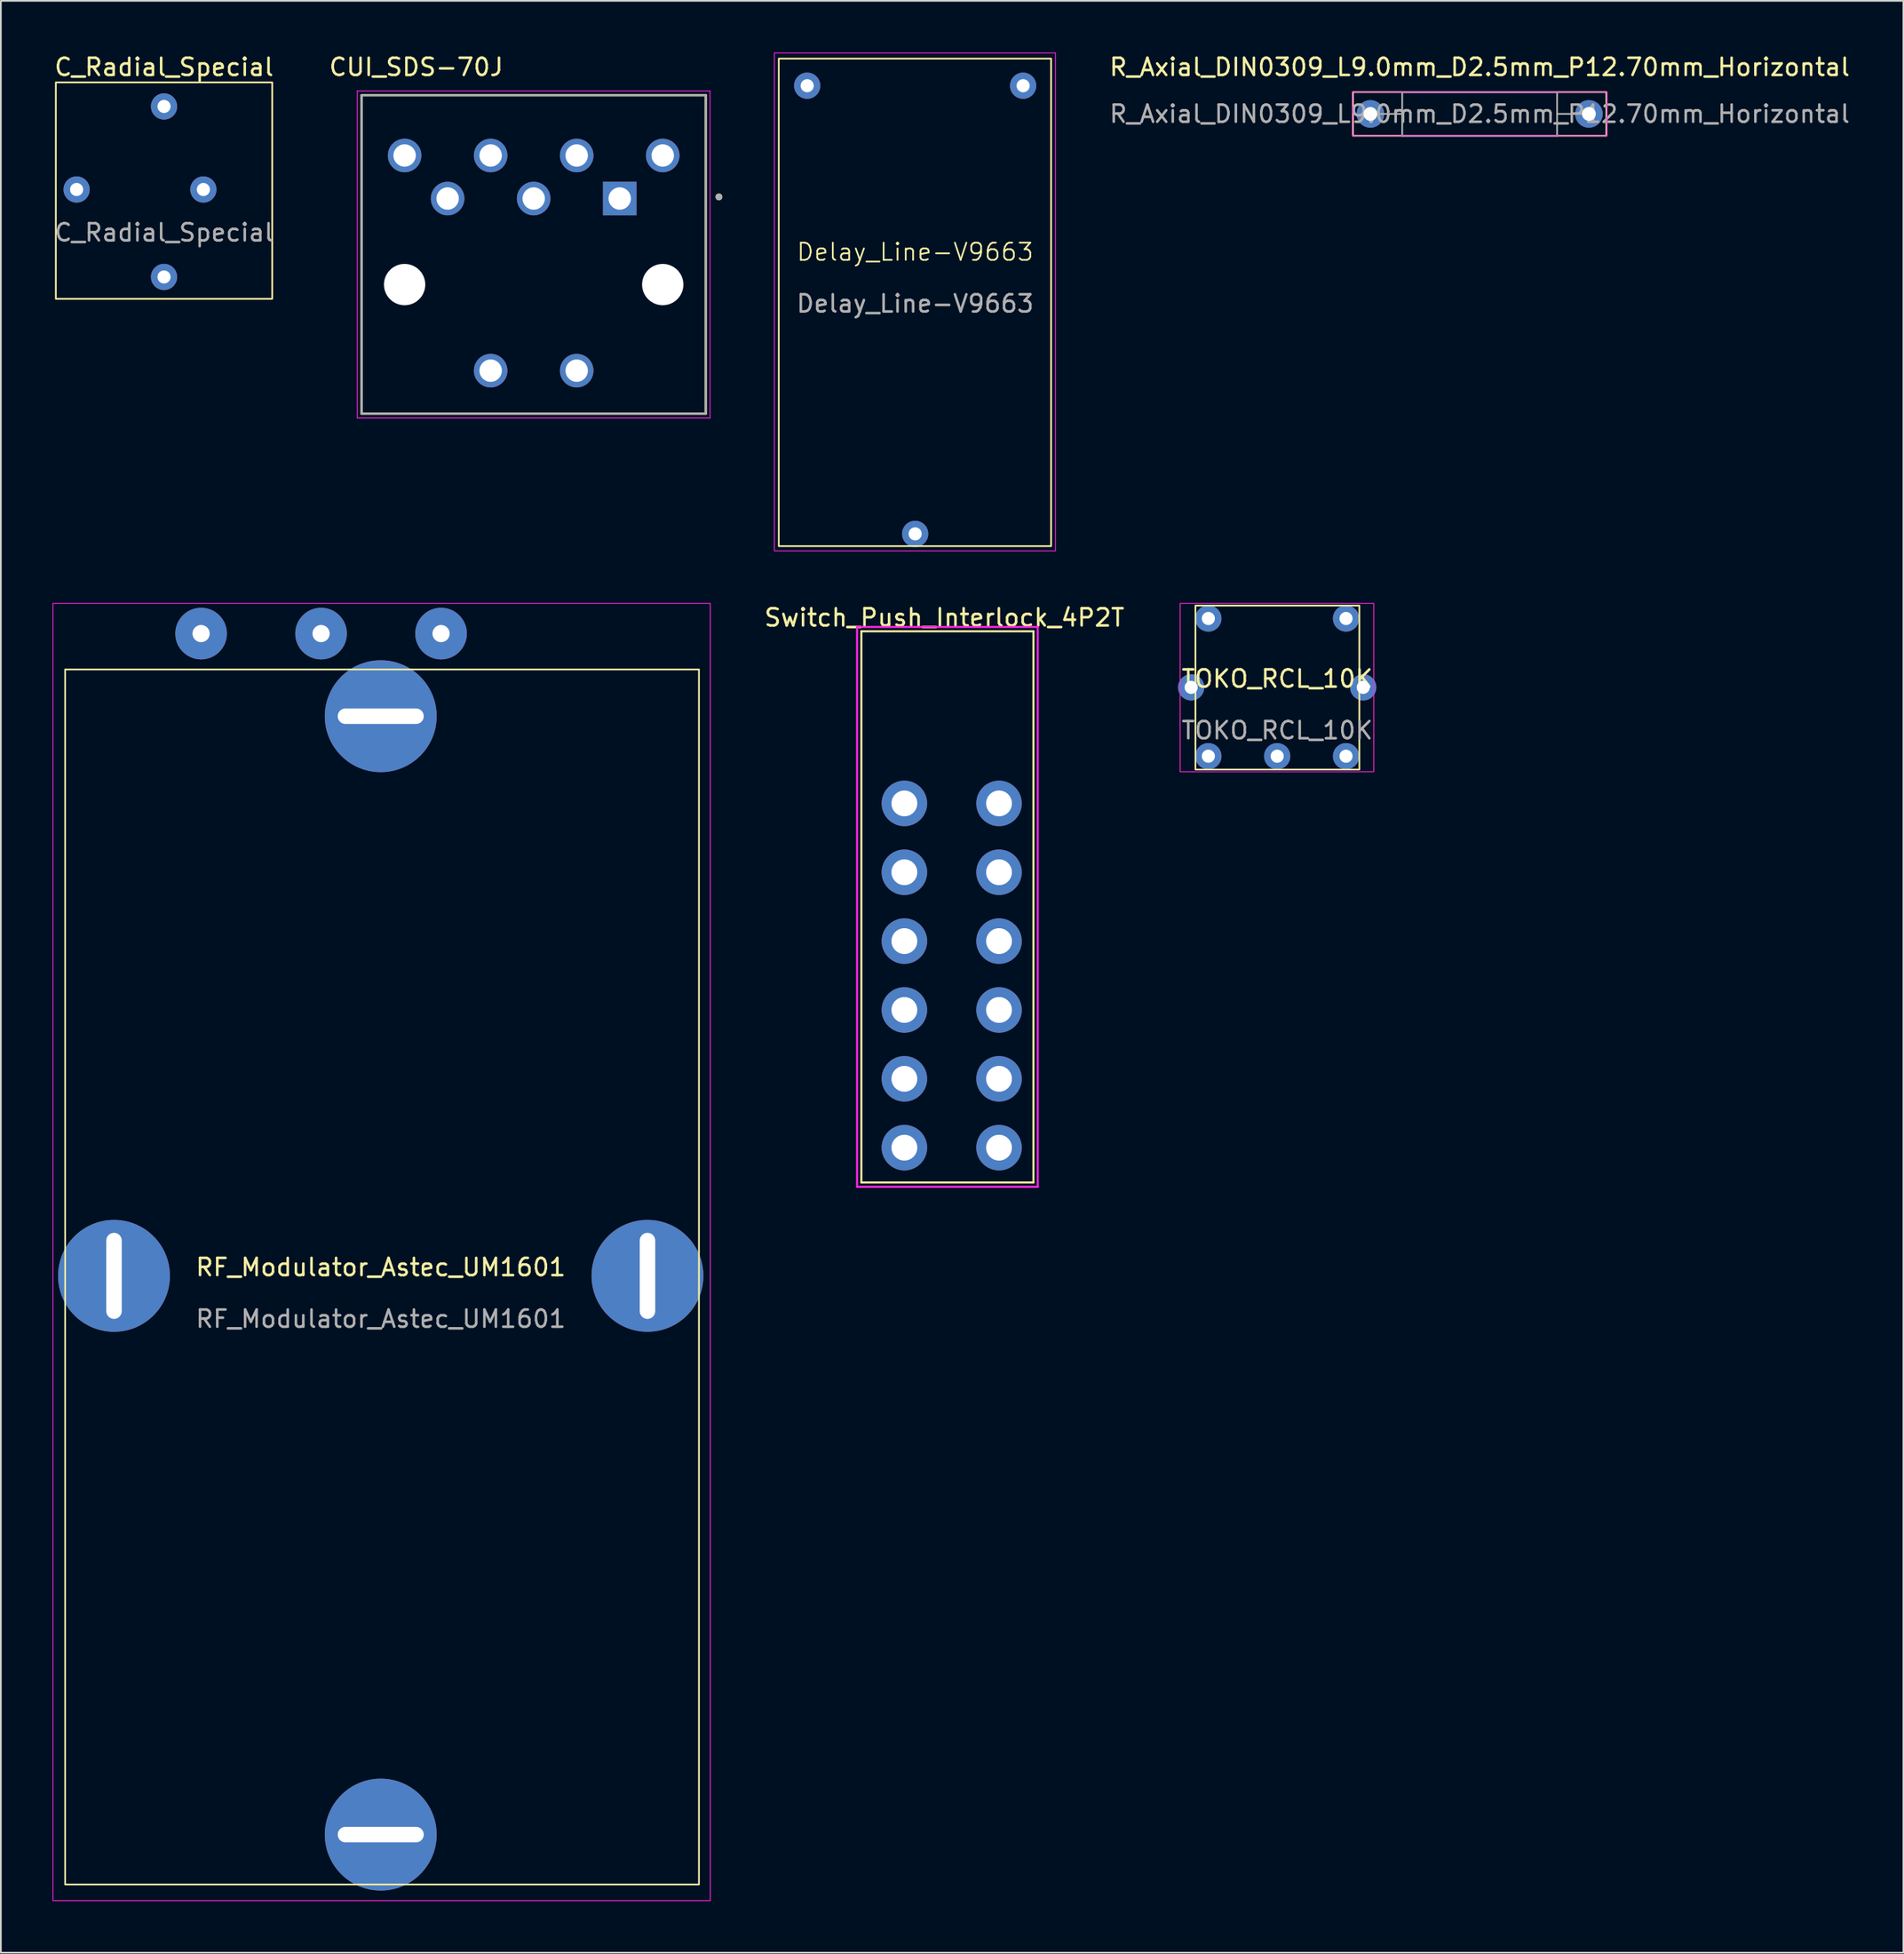
<source format=kicad_pcb>
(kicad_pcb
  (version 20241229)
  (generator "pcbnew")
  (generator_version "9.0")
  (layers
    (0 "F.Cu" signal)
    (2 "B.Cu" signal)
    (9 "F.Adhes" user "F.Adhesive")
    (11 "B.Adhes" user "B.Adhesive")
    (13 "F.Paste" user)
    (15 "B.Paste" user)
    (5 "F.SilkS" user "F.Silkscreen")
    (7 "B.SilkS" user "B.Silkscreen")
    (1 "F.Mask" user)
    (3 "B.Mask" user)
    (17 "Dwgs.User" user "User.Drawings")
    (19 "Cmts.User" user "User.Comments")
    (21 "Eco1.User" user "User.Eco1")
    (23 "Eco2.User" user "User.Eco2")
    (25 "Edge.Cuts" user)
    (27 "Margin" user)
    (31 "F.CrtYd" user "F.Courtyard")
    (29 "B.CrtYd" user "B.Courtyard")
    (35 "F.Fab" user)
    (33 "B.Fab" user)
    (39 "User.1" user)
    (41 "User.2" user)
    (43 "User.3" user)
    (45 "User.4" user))
  (footprint "RF_Modulator_Astec_UM1601"
    (layer "F.Cu")
    (at 19.075 71.071)
    (property "Reference" "RF_Modulator_Astec_UM1601" (at 0 -0.5 0) (unlocked yes) (layer "F.SilkS") (effects (font (size 1 1) (thickness 0.15))))
    (attr through_hole)
    (fp_rect (start -18.339 -35.23) (end 18.491 35.357) (stroke (width 0.1) (type default)) (fill no) (layer "F.SilkS"))
    (fp_rect (start -19.05 -39.065) (end 19.152 36.297) (stroke (width 0.05) (type default)) (fill no) (layer "F.CrtYd"))
    (fp_text user "${REFERENCE}" (at 0 2.5 0) (unlocked yes) (layer "F.Fab") (effects (font (size 1 1) (thickness 0.15))))
    (pad "1" thru_hole circle (at -10.439 -37.313 90) (size 3 3) (drill 1) (layers "*.Cu" "*.Mask"))
    (pad "2" thru_hole circle (at 3.505 -37.313 90) (size 3 3) (drill 1) (layers "*.Cu" "*.Mask"))
    (pad "3" thru_hole circle (at -3.467 -37.313 90) (size 3 3) (drill 1) (layers "*.Cu" "*.Mask"))
    (pad "4" thru_hole circle (at -15.5 0 90) (size 6.5 6.5) (drill oval 5 0.9) (layers "*.Cu" "*.Mask"))
    (pad "4" thru_hole circle (at 0 -32.512 180) (size 6.5 6.5) (drill oval 5 0.9) (layers "*.Cu" "*.Mask"))
    (pad "4" thru_hole circle (at 0 32.461 180) (size 6.5 6.5) (drill oval 5 0.9) (layers "*.Cu" "*.Mask"))
    (pad "4" thru_hole circle (at 15.5 0 90) (size 6.5 6.5) (drill oval 5 0.9) (layers "*.Cu" "*.Mask")))
  (footprint "Switch_Push_Interlock_4P2T"
    (layer "F.Cu")
    (at 55.004 43.624)
    (property "Reference" "Switch_Push_Interlock_4P2T" (at -3.175 -10.795 0) (layer "F.SilkS") (effects (font (size 1 1) (thickness 0.15))))
    (attr through_hole)
    (fp_line (start -8 -10) (end -8 22.022) (stroke (width 0.12) (type solid)) (layer "F.SilkS"))
    (fp_line (start -8 -10) (end 2 -10) (stroke (width 0.12) (type solid)) (layer "F.SilkS"))
    (fp_line (start -8 22.022) (end 2 22.022) (stroke (width 0.12) (type solid)) (layer "F.SilkS"))
    (fp_line (start 2 -10) (end 2 22.022) (stroke (width 0.12) (type solid)) (layer "F.SilkS"))
    (fp_line (start -8.25 -10.25) (end 2.25 -10.25) (stroke (width 0.12) (type solid)) (layer "F.CrtYd"))
    (fp_line (start -8.25 22.276) (end -8.25 -10.25) (stroke (width 0.12) (type solid)) (layer "F.CrtYd"))
    (fp_line (start 2.25 -10.25) (end 2.25 22.276) (stroke (width 0.12) (type solid)) (layer "F.CrtYd"))
    (fp_line (start 2.25 22.276) (end -8.25 22.276) (stroke (width 0.12) (type solid)) (layer "F.CrtYd"))
    (pad "1" thru_hole circle (at 0 0) (size 2.643 2.643) (drill 1.5) (layers "*.Cu" "*.Mask"))
    (pad "2" thru_hole circle (at 0 4) (size 2.643 2.643) (drill 1.5) (layers "*.Cu" "*.Mask"))
    (pad "3" thru_hole circle (at 0 8) (size 2.643 2.643) (drill 1.5) (layers "*.Cu" "*.Mask"))
    (pad "4" thru_hole circle (at 0 12) (size 2.643 2.643) (drill 1.5) (layers "*.Cu" "*.Mask"))
    (pad "5" thru_hole circle (at 0 16) (size 2.643 2.643) (drill 1.5) (layers "*.Cu" "*.Mask"))
    (pad "6" thru_hole circle (at 0 20) (size 2.643 2.643) (drill 1.5) (layers "*.Cu" "*.Mask"))
    (pad "7" thru_hole circle (at -5.5 20) (size 2.643 2.643) (drill 1.5) (layers "*.Cu" "*.Mask"))
    (pad "8" thru_hole circle (at -5.5 16) (size 2.643 2.643) (drill 1.5) (layers "*.Cu" "*.Mask"))
    (pad "9" thru_hole circle (at -5.5 12) (size 2.643 2.643) (drill 1.5) (layers "*.Cu" "*.Mask"))
    (pad "10" thru_hole circle (at -5.5 8) (size 2.643 2.643) (drill 1.5) (layers "*.Cu" "*.Mask"))
    (pad "11" thru_hole circle (at -5.5 4) (size 2.643 2.643) (drill 1.5) (layers "*.Cu" "*.Mask"))
    (pad "12" thru_hole circle (at -5.5 0) (size 2.643 2.643) (drill 1.5) (layers "*.Cu" "*.Mask")))
  (footprint "R_Axial_DIN0309_L9.0mm_D2.5mm_P12.70mm_Horizontal"
    (layer "F.Cu")
    (at 76.583 3.568)
    (property "Reference" "R_Axial_DIN0309_L9.0mm_D2.5mm_P12.70mm_Horizontal" (at 6.35 -2.72 0) (layer "F.SilkS") (effects (font (size 1 1) (thickness 0.15))))
    (attr through_hole)
    (fp_rect (start -1.016 -1.27) (end 13.716 1.27) (stroke (width 0.1) (type default)) (fill no) (layer "F.SilkS"))
    (fp_line (start -1.05 -1.27) (end -1.05 1.27) (stroke (width 0.05) (type solid)) (layer "F.CrtYd"))
    (fp_line (start -1.05 1.27) (end 13.75 1.27) (stroke (width 0.05) (type solid)) (layer "F.CrtYd"))
    (fp_line (start 13.75 -1.27) (end -1.05 -1.27) (stroke (width 0.05) (type solid)) (layer "F.CrtYd"))
    (fp_line (start 13.75 1.27) (end 13.75 -1.27) (stroke (width 0.05) (type solid)) (layer "F.CrtYd"))
    (fp_line (start 0 0) (end 1.85 0) (stroke (width 0.1) (type solid)) (layer "F.Fab"))
    (fp_line (start 1.85 -1.27) (end 1.85 1.27) (stroke (width 0.1) (type solid)) (layer "F.Fab"))
    (fp_line (start 1.85 1.27) (end 10.85 1.27) (stroke (width 0.1) (type solid)) (layer "F.Fab"))
    (fp_line (start 10.85 -1.27) (end 1.85 -1.27) (stroke (width 0.1) (type solid)) (layer "F.Fab"))
    (fp_line (start 10.85 1.27) (end 10.85 -1.27) (stroke (width 0.1) (type solid)) (layer "F.Fab"))
    (fp_line (start 12.7 0) (end 10.85 0) (stroke (width 0.1) (type solid)) (layer "F.Fab"))
    (fp_text user "${REFERENCE}" (at 6.35 0 0) (layer "F.Fab") (effects (font (size 1 1) (thickness 0.15))))
    (pad "1" thru_hole circle (at 0 0) (size 1.6 1.6) (drill 0.8) (layers "*.Cu" "*.Mask"))
    (pad "2" thru_hole oval (at 12.7 0) (size 1.6 1.6) (drill 0.8) (layers "*.Cu" "*.Mask")))
  (footprint "C_Radial_Special"
    (layer "F.Cu")
    (at 6.482 7.96)
    (property "Reference" "C_Radial_Special" (at 0 -7.112 0) (unlocked yes) (layer "F.SilkS") (effects (font (size 1 1) (thickness 0.15))))
    (attr through_hole)
    (fp_rect (start -6.287 -6.223) (end 6.287 6.35) (stroke (width 0.1) (type default)) (fill no) (layer "F.SilkS"))
    (fp_text user "${REFERENCE}" (at 0 2.5 0) (unlocked yes) (layer "F.Fab") (effects (font (size 1 1) (thickness 0.15))))
    (pad "1" thru_hole circle (at 0 -4.826) (size 1.524 1.524) (drill 0.762) (layers "*.Cu" "*.Mask"))
    (pad "1" thru_hole circle (at 0 5.08) (size 1.524 1.524) (drill 0.762) (layers "*.Cu" "*.Mask"))
    (pad "2" thru_hole circle (at -5.08 0) (size 1.524 1.524) (drill 0.762) (layers "*.Cu" "*.Mask"))
    (pad "2" thru_hole circle (at 2.286 0) (size 1.524 1.524) (drill 0.762) (layers "*.Cu" "*.Mask")))
  (footprint "CUI_SDS-70J"
    (layer "F.Cu")
    (at 27.962 13.483)
    (property "Reference" "CUI_SDS-70J" (at -6.825 -12.635 0) (layer "F.SilkS") (effects (font (size 1 1) (thickness 0.15))))
    (attr through_hole)
    (fp_line (start -10 -11) (end 10 -11) (stroke (width 0.127) (type solid)) (layer "F.SilkS"))
    (fp_line (start -10 7.5) (end -10 -11) (stroke (width 0.127) (type solid)) (layer "F.SilkS"))
    (fp_line (start -10 7.5) (end 10 7.5) (stroke (width 0.127) (type solid)) (layer "F.SilkS"))
    (fp_line (start 10 -11) (end 10 7.5) (stroke (width 0.127) (type solid)) (layer "F.SilkS"))
    (fp_circle (center 10.764 -5.094) (end 10.864 -5.094) (stroke (width 0.2) (type solid)) (fill no) (layer "F.SilkS"))
    (fp_line (start -10.25 -11.25) (end 10.25 -11.25) (stroke (width 0.05) (type solid)) (layer "F.CrtYd"))
    (fp_line (start -10.25 7.75) (end -10.25 -11.25) (stroke (width 0.05) (type solid)) (layer "F.CrtYd"))
    (fp_line (start 10.25 -11.25) (end 10.25 7.75) (stroke (width 0.05) (type solid)) (layer "F.CrtYd"))
    (fp_line (start 10.25 7.75) (end -10.25 7.75) (stroke (width 0.05) (type solid)) (layer "F.CrtYd"))
    (fp_line (start -10 -11) (end 10 -11) (stroke (width 0.127) (type solid)) (layer "F.Fab"))
    (fp_line (start -10 7.5) (end -10 -11) (stroke (width 0.127) (type solid)) (layer "F.Fab"))
    (fp_line (start 10 -11) (end 10 7.5) (stroke (width 0.127) (type solid)) (layer "F.Fab"))
    (fp_line (start 10 7.5) (end -10 7.5) (stroke (width 0.127) (type solid)) (layer "F.Fab"))
    (fp_circle (center 10.764 -5.094) (end 10.864 -5.094) (stroke (width 0.2) (type solid)) (fill no) (layer "F.Fab"))
    (pad "" np_thru_hole circle (at -7.5 0) (size 2.4 2.4) (drill 2.4) (layers "*.Cu" "*.Mask"))
    (pad "" np_thru_hole circle (at 7.5 0) (size 2.4 2.4) (drill 2.4) (layers "*.Cu" "*.Mask"))
    (pad "1" thru_hole rect (at 5 -5) (size 1.95 1.95) (drill 1.3) (layers "*.Cu" "*.Mask"))
    (pad "2" thru_hole circle (at 0 -5) (size 1.95 1.95) (drill 1.3) (layers "*.Cu" "*.Mask"))
    (pad "3" thru_hole circle (at -5 -5) (size 1.95 1.95) (drill 1.3) (layers "*.Cu" "*.Mask"))
    (pad "4" thru_hole circle (at 2.5 -7.5) (size 1.95 1.95) (drill 1.3) (layers "*.Cu" "*.Mask"))
    (pad "5" thru_hole circle (at -2.5 -7.5) (size 1.95 1.95) (drill 1.3) (layers "*.Cu" "*.Mask"))
    (pad "6" thru_hole circle (at 7.5 -7.5) (size 1.95 1.95) (drill 1.3) (layers "*.Cu" "*.Mask"))
    (pad "7" thru_hole circle (at -7.5 -7.5) (size 1.95 1.95) (drill 1.3) (layers "*.Cu" "*.Mask"))
    (pad "E1" thru_hole circle (at -2.5 5) (size 1.95 1.95) (drill 1.3) (layers "*.Cu" "*.Mask"))
    (pad "E2" thru_hole circle (at 2.5 5) (size 1.95 1.95) (drill 1.3) (layers "*.Cu" "*.Mask")))
  (footprint "TOKO_RCL_10K"
    (layer "F.Cu")
    (at 71.168 36.882)
    (property "Reference" "TOKO_RCL_10K" (at 0 -0.5 0) (unlocked yes) (layer "F.SilkS") (effects (font (size 1 1) (thickness 0.15))))
    (attr through_hole)
    (fp_rect (start -4.75 -4.75) (end 4.775 4.775) (stroke (width 0.1) (type default)) (fill no) (layer "F.SilkS"))
    (fp_rect (start -5.639 -4.877) (end 5.613 4.902) (stroke (width 0.05) (type default)) (fill no) (layer "F.CrtYd"))
    (fp_text user "${REFERENCE}" (at 0 2.5 0) (unlocked yes) (layer "F.Fab") (effects (font (size 1 1) (thickness 0.15))))
    (pad "1" thru_hole circle (at 4 4) (size 1.524 1.524) (drill 0.762) (layers "*.Cu" "*.Mask"))
    (pad "2" thru_hole circle (at 0 4) (size 1.524 1.524) (drill 0.762) (layers "*.Cu" "*.Mask"))
    (pad "3" thru_hole circle (at -4 4) (size 1.524 1.524) (drill 0.762) (layers "*.Cu" "*.Mask"))
    (pad "4" thru_hole circle (at -4 -4) (size 1.524 1.524) (drill 0.762) (layers "*.Cu" "*.Mask"))
    (pad "5" thru_hole circle (at -5 0) (size 1.524 1.524) (drill 0.762) (layers "*.Cu" "*.Mask"))
    (pad "5" thru_hole circle (at 5 0) (size 1.524 1.524) (drill 0.762) (layers "*.Cu" "*.Mask"))
    (pad "6" thru_hole circle (at 4 -4) (size 1.524 1.524) (drill 0.762) (layers "*.Cu" "*.Mask")))
  (footprint "Delay_Line-V9663"
    (layer "F.Cu")
    (at 50.13 15.138)
    (property "Reference" "Delay_Line-V9663" (at 0 -3.548 0) (unlocked yes) (layer "F.SilkS") (effects (font (size 1 1) (thickness 0.1))))
    (attr through_hole)
    (fp_rect (start -7.925 -14.783) (end 7.899 13.538) (stroke (width 0.1) (type default)) (fill no) (layer "F.SilkS"))
    (fp_rect (start -8.179 -15.113) (end 8.153 13.818) (stroke (width 0.05) (type default)) (fill no) (layer "F.CrtYd"))
    (fp_text user "${REFERENCE}" (at 0 -0.548 0) (unlocked yes) (layer "F.Fab") (effects (font (size 1 1) (thickness 0.15))))
    (pad "1" thru_hole circle (at -6.274 -13.208) (size 1.524 1.524) (drill 0.762) (layers "*.Cu" "*.Mask"))
    (pad "2" thru_hole circle (at 6.274 -13.208) (size 1.524 1.524) (drill 0.762) (layers "*.Cu" "*.Mask"))
    (pad "3" thru_hole circle (at 0 12.827) (size 1.524 1.524) (drill 0.762) (layers "*.Cu" "*.Mask")))
  (gr_rect
    (start -3 -3)
    (end 107.558 110.392)
    (stroke (width 0.1) (type default))
    (fill no)
    (layer "Edge.Cuts")))
</source>
